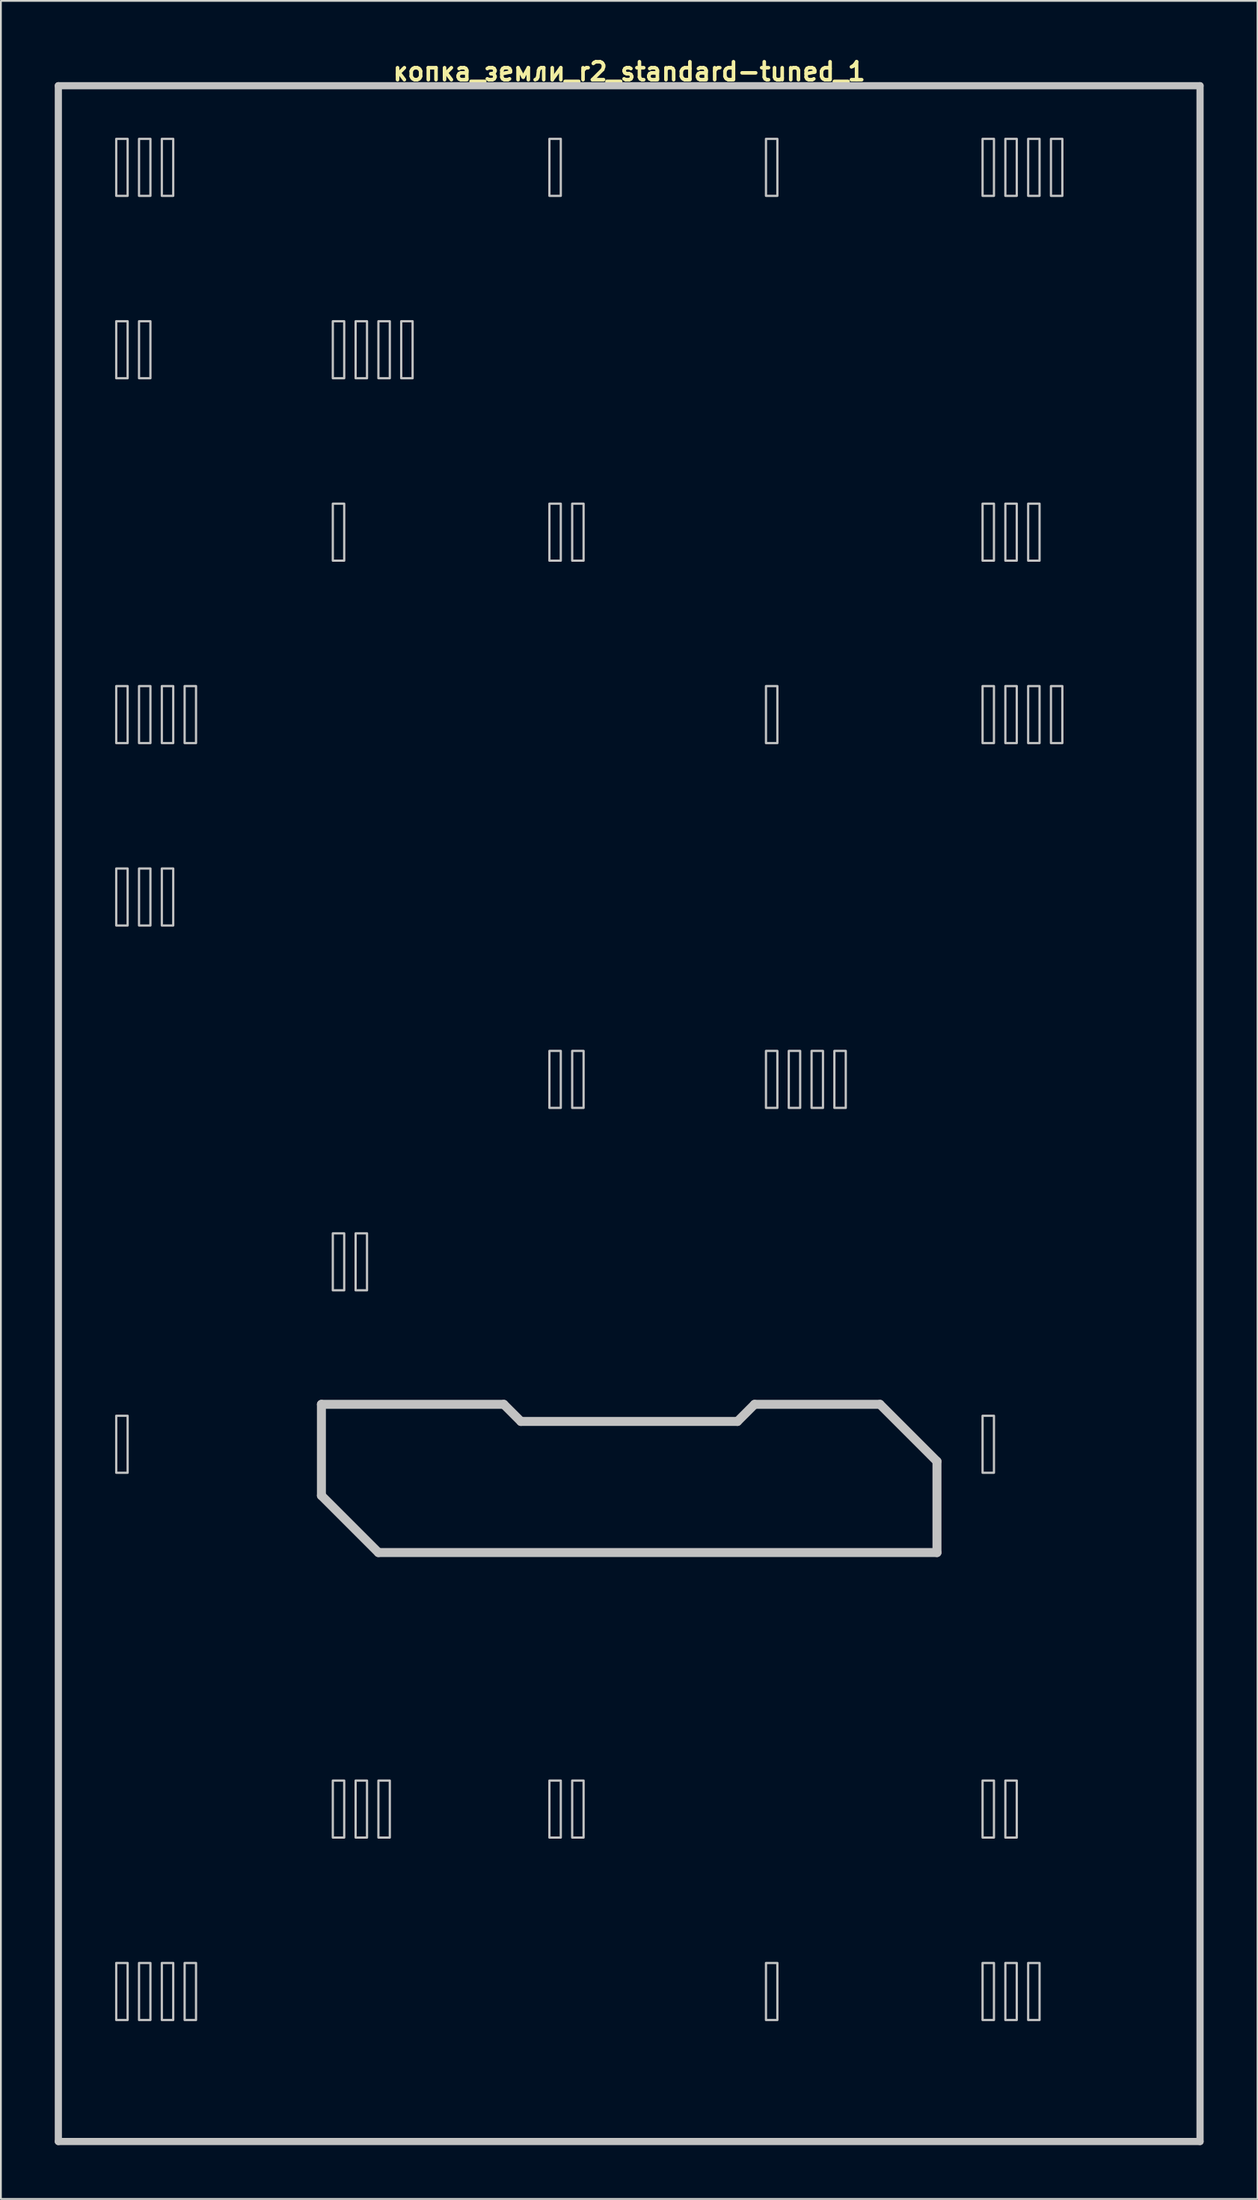
<source format=kicad_pcb>
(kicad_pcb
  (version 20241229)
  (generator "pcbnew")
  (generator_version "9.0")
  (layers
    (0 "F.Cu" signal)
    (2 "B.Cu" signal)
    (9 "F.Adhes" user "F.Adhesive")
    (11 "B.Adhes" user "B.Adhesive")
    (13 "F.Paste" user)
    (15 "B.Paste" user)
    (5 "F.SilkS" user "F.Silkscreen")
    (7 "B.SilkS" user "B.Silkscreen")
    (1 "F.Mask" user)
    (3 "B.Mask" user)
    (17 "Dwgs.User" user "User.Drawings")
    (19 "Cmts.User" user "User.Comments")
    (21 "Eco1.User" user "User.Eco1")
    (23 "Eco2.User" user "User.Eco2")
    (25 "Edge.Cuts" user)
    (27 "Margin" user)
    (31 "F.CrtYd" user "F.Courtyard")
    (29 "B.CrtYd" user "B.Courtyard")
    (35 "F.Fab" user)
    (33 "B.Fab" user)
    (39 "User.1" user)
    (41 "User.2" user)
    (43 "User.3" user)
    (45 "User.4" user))
  (footprint "копка_земли_r2_standard-tuned_1"
    (layer "F.Cu")
    (at 32 58.975)
    (property "Reference" "копка_земли_r2_standard-tuned_1" (at 0 -58.039 0) (layer "F.SilkS") (effects (font (size 1 1) (thickness 0.2))))
    (attr through_hole)
    (fp_line (start -31.8 -57.25) (end -31.8 57.25) (stroke (width 0.4) (type solid)) (layer "Dwgs.User"))
    (fp_line (start -31.8 -57.25) (end 31.8 -57.25) (stroke (width 0.4) (type solid)) (layer "Dwgs.User"))
    (fp_line (start -31.8 57.25) (end 31.8 57.25) (stroke (width 0.4) (type solid)) (layer "Dwgs.User"))
    (fp_line (start -17.145 16.192) (end -17.145 21.273) (stroke (width 0.5) (type solid)) (layer "Dwgs.User"))
    (fp_line (start -17.145 16.192) (end -6.985 16.192) (stroke (width 0.5) (type solid)) (layer "Dwgs.User"))
    (fp_line (start -17.145 21.273) (end -13.97 24.448) (stroke (width 0.5) (type solid)) (layer "Dwgs.User"))
    (fp_line (start -13.97 24.448) (end 17.145 24.448) (stroke (width 0.5) (type solid)) (layer "Dwgs.User"))
    (fp_line (start -6.985 16.192) (end -6.032 17.145) (stroke (width 0.5) (type solid)) (layer "Dwgs.User"))
    (fp_line (start -6.032 17.145) (end 6.032 17.145) (stroke (width 0.5) (type solid)) (layer "Dwgs.User"))
    (fp_line (start 6.032 17.145) (end 6.985 16.192) (stroke (width 0.5) (type solid)) (layer "Dwgs.User"))
    (fp_line (start 6.985 16.192) (end 13.97 16.192) (stroke (width 0.5) (type solid)) (layer "Dwgs.User"))
    (fp_line (start 13.97 16.192) (end 17.145 19.367) (stroke (width 0.5) (type solid)) (layer "Dwgs.User"))
    (fp_line (start 17.145 19.367) (end 17.145 24.448) (stroke (width 0.5) (type solid)) (layer "Dwgs.User"))
    (fp_line (start 31.8 -57.25) (end 31.8 57.25) (stroke (width 0.4) (type solid)) (layer "Dwgs.User"))
    (fp_poly (pts (xy -27.94 -51.117) (xy -28.575 -51.117) (xy -28.575 -54.292) (xy -27.94 -54.292)) (stroke (width 0.125) (type solid)) (fill no) (layer "Dwgs.User"))
    (fp_poly (pts (xy -27.94 -40.958) (xy -28.575 -40.958) (xy -28.575 -44.133) (xy -27.94 -44.133)) (stroke (width 0.125) (type solid)) (fill no) (layer "Dwgs.User"))
    (fp_poly (pts (xy -27.94 -20.637) (xy -28.575 -20.637) (xy -28.575 -23.812) (xy -27.94 -23.812)) (stroke (width 0.125) (type solid)) (fill no) (layer "Dwgs.User"))
    (fp_poly (pts (xy -27.94 -10.477) (xy -28.575 -10.477) (xy -28.575 -13.652) (xy -27.94 -13.652)) (stroke (width 0.125) (type solid)) (fill no) (layer "Dwgs.User"))
    (fp_poly (pts (xy -27.94 20.003) (xy -28.575 20.003) (xy -28.575 16.828) (xy -27.94 16.828)) (stroke (width 0.125) (type solid)) (fill no) (layer "Dwgs.User"))
    (fp_poly (pts (xy -27.94 50.483) (xy -28.575 50.483) (xy -28.575 47.307) (xy -27.94 47.307)) (stroke (width 0.125) (type solid)) (fill no) (layer "Dwgs.User"))
    (fp_poly (pts (xy -26.67 -51.117) (xy -27.305 -51.117) (xy -27.305 -54.292) (xy -26.67 -54.292)) (stroke (width 0.125) (type solid)) (fill no) (layer "Dwgs.User"))
    (fp_poly (pts (xy -26.67 -40.958) (xy -27.305 -40.958) (xy -27.305 -44.133) (xy -26.67 -44.133)) (stroke (width 0.125) (type solid)) (fill no) (layer "Dwgs.User"))
    (fp_poly (pts (xy -26.67 -20.637) (xy -27.305 -20.637) (xy -27.305 -23.812) (xy -26.67 -23.812)) (stroke (width 0.125) (type solid)) (fill no) (layer "Dwgs.User"))
    (fp_poly (pts (xy -26.67 -10.477) (xy -27.305 -10.477) (xy -27.305 -13.652) (xy -26.67 -13.652)) (stroke (width 0.125) (type solid)) (fill no) (layer "Dwgs.User"))
    (fp_poly (pts (xy -26.67 50.483) (xy -27.305 50.483) (xy -27.305 47.307) (xy -26.67 47.307)) (stroke (width 0.125) (type solid)) (fill no) (layer "Dwgs.User"))
    (fp_poly (pts (xy -25.4 -51.117) (xy -26.035 -51.117) (xy -26.035 -54.292) (xy -25.4 -54.292)) (stroke (width 0.125) (type solid)) (fill no) (layer "Dwgs.User"))
    (fp_poly (pts (xy -25.4 -20.637) (xy -26.035 -20.637) (xy -26.035 -23.812) (xy -25.4 -23.812)) (stroke (width 0.125) (type solid)) (fill no) (layer "Dwgs.User"))
    (fp_poly (pts (xy -25.4 -10.477) (xy -26.035 -10.477) (xy -26.035 -13.652) (xy -25.4 -13.652)) (stroke (width 0.125) (type solid)) (fill no) (layer "Dwgs.User"))
    (fp_poly (pts (xy -25.4 50.483) (xy -26.035 50.483) (xy -26.035 47.307) (xy -25.4 47.307)) (stroke (width 0.125) (type solid)) (fill no) (layer "Dwgs.User"))
    (fp_poly (pts (xy -24.13 -20.637) (xy -24.765 -20.637) (xy -24.765 -23.812) (xy -24.13 -23.812)) (stroke (width 0.125) (type solid)) (fill no) (layer "Dwgs.User"))
    (fp_poly (pts (xy -24.13 50.483) (xy -24.765 50.483) (xy -24.765 47.307) (xy -24.13 47.307)) (stroke (width 0.125) (type solid)) (fill no) (layer "Dwgs.User"))
    (fp_poly (pts (xy -15.875 -40.958) (xy -16.51 -40.958) (xy -16.51 -44.133) (xy -15.875 -44.133)) (stroke (width 0.125) (type solid)) (fill no) (layer "Dwgs.User"))
    (fp_poly (pts (xy -15.875 -30.797) (xy -16.51 -30.797) (xy -16.51 -33.972) (xy -15.875 -33.972)) (stroke (width 0.125) (type solid)) (fill no) (layer "Dwgs.User"))
    (fp_poly (pts (xy -15.875 9.842) (xy -16.51 9.842) (xy -16.51 6.668) (xy -15.875 6.668)) (stroke (width 0.125) (type solid)) (fill no) (layer "Dwgs.User"))
    (fp_poly (pts (xy -15.875 40.322) (xy -16.51 40.322) (xy -16.51 37.148) (xy -15.875 37.148)) (stroke (width 0.125) (type solid)) (fill no) (layer "Dwgs.User"))
    (fp_poly (pts (xy -14.605 -40.958) (xy -15.24 -40.958) (xy -15.24 -44.133) (xy -14.605 -44.133)) (stroke (width 0.125) (type solid)) (fill no) (layer "Dwgs.User"))
    (fp_poly (pts (xy -14.605 9.842) (xy -15.24 9.842) (xy -15.24 6.668) (xy -14.605 6.668)) (stroke (width 0.125) (type solid)) (fill no) (layer "Dwgs.User"))
    (fp_poly (pts (xy -14.605 40.322) (xy -15.24 40.322) (xy -15.24 37.148) (xy -14.605 37.148)) (stroke (width 0.125) (type solid)) (fill no) (layer "Dwgs.User"))
    (fp_poly (pts (xy -13.335 -40.958) (xy -13.97 -40.958) (xy -13.97 -44.133) (xy -13.335 -44.133)) (stroke (width 0.125) (type solid)) (fill no) (layer "Dwgs.User"))
    (fp_poly (pts (xy -13.335 40.322) (xy -13.97 40.322) (xy -13.97 37.148) (xy -13.335 37.148)) (stroke (width 0.125) (type solid)) (fill no) (layer "Dwgs.User"))
    (fp_poly (pts (xy -12.065 -40.958) (xy -12.7 -40.958) (xy -12.7 -44.133) (xy -12.065 -44.133)) (stroke (width 0.125) (type solid)) (fill no) (layer "Dwgs.User"))
    (fp_poly (pts (xy -3.81 -51.117) (xy -4.445 -51.117) (xy -4.445 -54.292) (xy -3.81 -54.292)) (stroke (width 0.125) (type solid)) (fill no) (layer "Dwgs.User"))
    (fp_poly (pts (xy -3.81 -30.797) (xy -4.445 -30.797) (xy -4.445 -33.972) (xy -3.81 -33.972)) (stroke (width 0.125) (type solid)) (fill no) (layer "Dwgs.User"))
    (fp_poly (pts (xy -3.81 -0.318) (xy -4.445 -0.318) (xy -4.445 -3.493) (xy -3.81 -3.493)) (stroke (width 0.125) (type solid)) (fill no) (layer "Dwgs.User"))
    (fp_poly (pts (xy -3.81 40.322) (xy -4.445 40.322) (xy -4.445 37.148) (xy -3.81 37.148)) (stroke (width 0.125) (type solid)) (fill no) (layer "Dwgs.User"))
    (fp_poly (pts (xy -2.54 -30.797) (xy -3.175 -30.797) (xy -3.175 -33.972) (xy -2.54 -33.972)) (stroke (width 0.125) (type solid)) (fill no) (layer "Dwgs.User"))
    (fp_poly (pts (xy -2.54 -0.318) (xy -3.175 -0.318) (xy -3.175 -3.493) (xy -2.54 -3.493)) (stroke (width 0.125) (type solid)) (fill no) (layer "Dwgs.User"))
    (fp_poly (pts (xy -2.54 40.322) (xy -3.175 40.322) (xy -3.175 37.148) (xy -2.54 37.148)) (stroke (width 0.125) (type solid)) (fill no) (layer "Dwgs.User"))
    (fp_poly (pts (xy 8.255 -51.117) (xy 7.62 -51.117) (xy 7.62 -54.292) (xy 8.255 -54.292)) (stroke (width 0.125) (type solid)) (fill no) (layer "Dwgs.User"))
    (fp_poly (pts (xy 8.255 -20.637) (xy 7.62 -20.637) (xy 7.62 -23.812) (xy 8.255 -23.812)) (stroke (width 0.125) (type solid)) (fill no) (layer "Dwgs.User"))
    (fp_poly (pts (xy 8.255 -0.318) (xy 7.62 -0.318) (xy 7.62 -3.493) (xy 8.255 -3.493)) (stroke (width 0.125) (type solid)) (fill no) (layer "Dwgs.User"))
    (fp_poly (pts (xy 8.255 50.483) (xy 7.62 50.483) (xy 7.62 47.307) (xy 8.255 47.307)) (stroke (width 0.125) (type solid)) (fill no) (layer "Dwgs.User"))
    (fp_poly (pts (xy 9.525 -0.318) (xy 8.89 -0.318) (xy 8.89 -3.493) (xy 9.525 -3.493)) (stroke (width 0.125) (type solid)) (fill no) (layer "Dwgs.User"))
    (fp_poly (pts (xy 10.795 -0.318) (xy 10.16 -0.318) (xy 10.16 -3.493) (xy 10.795 -3.493)) (stroke (width 0.125) (type solid)) (fill no) (layer "Dwgs.User"))
    (fp_poly (pts (xy 12.065 -0.318) (xy 11.43 -0.318) (xy 11.43 -3.493) (xy 12.065 -3.493)) (stroke (width 0.125) (type solid)) (fill no) (layer "Dwgs.User"))
    (fp_poly (pts (xy 20.32 -51.117) (xy 19.685 -51.117) (xy 19.685 -54.292) (xy 20.32 -54.292)) (stroke (width 0.125) (type solid)) (fill no) (layer "Dwgs.User"))
    (fp_poly (pts (xy 20.32 -30.797) (xy 19.685 -30.797) (xy 19.685 -33.972) (xy 20.32 -33.972)) (stroke (width 0.125) (type solid)) (fill no) (layer "Dwgs.User"))
    (fp_poly (pts (xy 20.32 -20.637) (xy 19.685 -20.637) (xy 19.685 -23.812) (xy 20.32 -23.812)) (stroke (width 0.125) (type solid)) (fill no) (layer "Dwgs.User"))
    (fp_poly (pts (xy 20.32 20.003) (xy 19.685 20.003) (xy 19.685 16.828) (xy 20.32 16.828)) (stroke (width 0.125) (type solid)) (fill no) (layer "Dwgs.User"))
    (fp_poly (pts (xy 20.32 40.322) (xy 19.685 40.322) (xy 19.685 37.148) (xy 20.32 37.148)) (stroke (width 0.125) (type solid)) (fill no) (layer "Dwgs.User"))
    (fp_poly (pts (xy 20.32 50.483) (xy 19.685 50.483) (xy 19.685 47.307) (xy 20.32 47.307)) (stroke (width 0.125) (type solid)) (fill no) (layer "Dwgs.User"))
    (fp_poly (pts (xy 21.59 -51.117) (xy 20.955 -51.117) (xy 20.955 -54.292) (xy 21.59 -54.292)) (stroke (width 0.125) (type solid)) (fill no) (layer "Dwgs.User"))
    (fp_poly (pts (xy 21.59 -30.797) (xy 20.955 -30.797) (xy 20.955 -33.972) (xy 21.59 -33.972)) (stroke (width 0.125) (type solid)) (fill no) (layer "Dwgs.User"))
    (fp_poly (pts (xy 21.59 -20.637) (xy 20.955 -20.637) (xy 20.955 -23.812) (xy 21.59 -23.812)) (stroke (width 0.125) (type solid)) (fill no) (layer "Dwgs.User"))
    (fp_poly (pts (xy 21.59 40.322) (xy 20.955 40.322) (xy 20.955 37.148) (xy 21.59 37.148)) (stroke (width 0.125) (type solid)) (fill no) (layer "Dwgs.User"))
    (fp_poly (pts (xy 21.59 50.483) (xy 20.955 50.483) (xy 20.955 47.307) (xy 21.59 47.307)) (stroke (width 0.125) (type solid)) (fill no) (layer "Dwgs.User"))
    (fp_poly (pts (xy 22.86 -51.117) (xy 22.225 -51.117) (xy 22.225 -54.292) (xy 22.86 -54.292)) (stroke (width 0.125) (type solid)) (fill no) (layer "Dwgs.User"))
    (fp_poly (pts (xy 22.86 -30.797) (xy 22.225 -30.797) (xy 22.225 -33.972) (xy 22.86 -33.972)) (stroke (width 0.125) (type solid)) (fill no) (layer "Dwgs.User"))
    (fp_poly (pts (xy 22.86 -20.637) (xy 22.225 -20.637) (xy 22.225 -23.812) (xy 22.86 -23.812)) (stroke (width 0.125) (type solid)) (fill no) (layer "Dwgs.User"))
    (fp_poly (pts (xy 22.86 50.483) (xy 22.225 50.483) (xy 22.225 47.307) (xy 22.86 47.307)) (stroke (width 0.125) (type solid)) (fill no) (layer "Dwgs.User"))
    (fp_poly (pts (xy 24.13 -51.117) (xy 23.495 -51.117) (xy 23.495 -54.292) (xy 24.13 -54.292)) (stroke (width 0.125) (type solid)) (fill no) (layer "Dwgs.User"))
    (fp_poly (pts (xy 24.13 -20.637) (xy 23.495 -20.637) (xy 23.495 -23.812) (xy 24.13 -23.812)) (stroke (width 0.125) (type solid)) (fill no) (layer "Dwgs.User"))
    (fp_line (start -31.8 -57.25) (end -31.8 57.25) (stroke (width 0.4) (type solid)) (layer "Eco1.User"))
    (fp_line (start -31.8 -57.25) (end 31.8 -57.25) (stroke (width 0.4) (type solid)) (layer "Eco1.User"))
    (fp_line (start -31.8 57.25) (end 31.8 57.25) (stroke (width 0.4) (type solid)) (layer "Eco1.User"))
    (fp_line (start -30.45 -55.75) (end -30.45 55.75) (stroke (width 0.4) (type solid)) (layer "Eco1.User"))
    (fp_line (start -30.45 -55.75) (end 30.45 -55.75) (stroke (width 0.4) (type solid)) (layer "Eco1.User"))
    (fp_line (start -30.45 55.75) (end 30.45 55.75) (stroke (width 0.4) (type solid)) (layer "Eco1.User"))
    (fp_line (start 30.45 -55.75) (end 30.45 55.75) (stroke (width 0.4) (type solid)) (layer "Eco1.User"))
    (fp_line (start 31.8 -57.25) (end 31.8 57.25) (stroke (width 0.4) (type solid)) (layer "Eco1.User"))
    (fp_circle (center -19.05 -40.44) (end -15.35 -40.44) (stroke (width 0.4) (type solid)) (fill no) (layer "Eco1.User"))
    (fp_circle (center -19.05 -40.44) (end -9.55 -40.44) (stroke (width 0.4) (type solid)) (fill no) (layer "Eco1.User"))
    (fp_circle (center -19.05 -12.5) (end -15.35 -12.5) (stroke (width 0.4) (type solid)) (fill no) (layer "Eco1.User"))
    (fp_circle (center -19.05 -12.5) (end -9.55 -12.5) (stroke (width 0.4) (type solid)) (fill no) (layer "Eco1.User"))
    (fp_circle (center -19.05 44.45) (end -16.4 44.45) (stroke (width 0.4) (type solid)) (fill no) (layer "Eco1.User"))
    (fp_circle (center -8.89 -50.8) (end -7.39 -50.8) (stroke (width 0.4) (type solid)) (fill no) (layer "Eco1.User"))
    (fp_circle (center -8.89 -50.8) (end -5.39 -50.8) (stroke (width 0.4) (type solid)) (fill no) (layer "Eco1.User"))
    (fp_circle (center 0 -26.47) (end 3.7 -26.47) (stroke (width 0.4) (type solid)) (fill no) (layer "Eco1.User"))
    (fp_circle (center 0 -26.47) (end 9.5 -26.47) (stroke (width 0.4) (type solid)) (fill no) (layer "Eco1.User"))
    (fp_circle (center 0 1.47) (end 3.7 1.47) (stroke (width 0.4) (type solid)) (fill no) (layer "Eco1.User"))
    (fp_circle (center 0 1.47) (end 9.5 1.47) (stroke (width 0.4) (type solid)) (fill no) (layer "Eco1.User"))
    (fp_circle (center 0 44.45) (end 6.5 44.45) (stroke (width 0.4) (type solid)) (fill no) (layer "Eco1.User"))
    (fp_circle (center 0 44.45) (end 9.75 44.45) (stroke (width 0.4) (type solid)) (fill no) (layer "Eco1.User"))
    (fp_circle (center 8.89 -50.8) (end 10.39 -50.8) (stroke (width 0.4) (type solid)) (fill no) (layer "Eco1.User"))
    (fp_circle (center 8.89 -50.8) (end 12.39 -50.8) (stroke (width 0.4) (type solid)) (fill no) (layer "Eco1.User"))
    (fp_circle (center 19.05 -40.44) (end 22.75 -40.44) (stroke (width 0.4) (type solid)) (fill no) (layer "Eco1.User"))
    (fp_circle (center 19.05 -40.44) (end 28.55 -40.44) (stroke (width 0.4) (type solid)) (fill no) (layer "Eco1.User"))
    (fp_circle (center 19.05 -12.5) (end 22.75 -12.5) (stroke (width 0.4) (type solid)) (fill no) (layer "Eco1.User"))
    (fp_circle (center 19.05 -12.5) (end 28.55 -12.5) (stroke (width 0.4) (type solid)) (fill no) (layer "Eco1.User"))
    (fp_line (start -31.8 -57.25) (end -31.8 57.25) (stroke (width 0.4) (type solid)) (layer "Eco2.User"))
    (fp_line (start -31.8 -57.25) (end 31.8 -57.25) (stroke (width 0.4) (type solid)) (layer "Eco2.User"))
    (fp_line (start -31.8 57.25) (end 31.8 57.25) (stroke (width 0.4) (type solid)) (layer "Eco2.User"))
    (fp_line (start -29.21 -54.928) (end -29.21 -49.847) (stroke (width 0.5) (type solid)) (layer "Eco2.User"))
    (fp_line (start -29.21 -54.928) (end -22.225 -54.928) (stroke (width 0.5) (type solid)) (layer "Eco2.User"))
    (fp_line (start -29.21 -49.847) (end -26.035 -46.672) (stroke (width 0.5) (type solid)) (layer "Eco2.User"))
    (fp_line (start -29.21 -44.767) (end -29.21 -39.688) (stroke (width 0.5) (type solid)) (layer "Eco2.User"))
    (fp_line (start -29.21 -44.767) (end -22.225 -44.767) (stroke (width 0.5) (type solid)) (layer "Eco2.User"))
    (fp_line (start -29.21 -39.688) (end -26.035 -36.513) (stroke (width 0.5) (type solid)) (layer "Eco2.User"))
    (fp_line (start -29.21 -34.608) (end -29.21 -29.527) (stroke (width 0.5) (type solid)) (layer "Eco2.User"))
    (fp_line (start -29.21 -34.608) (end -22.225 -34.608) (stroke (width 0.5) (type solid)) (layer "Eco2.User"))
    (fp_line (start -29.21 -29.527) (end -26.035 -26.352) (stroke (width 0.5) (type solid)) (layer "Eco2.User"))
    (fp_line (start -29.21 -24.448) (end -29.21 -19.367) (stroke (width 0.5) (type solid)) (layer "Eco2.User"))
    (fp_line (start -29.21 -24.448) (end -22.225 -24.448) (stroke (width 0.5) (type solid)) (layer "Eco2.User"))
    (fp_line (start -29.21 -19.367) (end -26.035 -16.192) (stroke (width 0.5) (type solid)) (layer "Eco2.User"))
    (fp_line (start -29.21 -14.287) (end -29.21 -9.207) (stroke (width 0.5) (type solid)) (layer "Eco2.User"))
    (fp_line (start -29.21 -14.287) (end -22.225 -14.287) (stroke (width 0.5) (type solid)) (layer "Eco2.User"))
    (fp_line (start -29.21 -9.207) (end -26.035 -6.032) (stroke (width 0.5) (type solid)) (layer "Eco2.User"))
    (fp_line (start -29.21 -4.128) (end -29.21 0.953) (stroke (width 0.5) (type solid)) (layer "Eco2.User"))
    (fp_line (start -29.21 -4.128) (end -22.225 -4.128) (stroke (width 0.5) (type solid)) (layer "Eco2.User"))
    (fp_line (start -29.21 0.953) (end -26.035 4.128) (stroke (width 0.5) (type solid)) (layer "Eco2.User"))
    (fp_line (start -29.21 6.032) (end -29.21 11.113) (stroke (width 0.5) (type solid)) (layer "Eco2.User"))
    (fp_line (start -29.21 6.032) (end -22.225 6.032) (stroke (width 0.5) (type solid)) (layer "Eco2.User"))
    (fp_line (start -29.21 11.113) (end -26.035 14.287) (stroke (width 0.5) (type solid)) (layer "Eco2.User"))
    (fp_line (start -29.21 16.192) (end -29.21 21.273) (stroke (width 0.5) (type solid)) (layer "Eco2.User"))
    (fp_line (start -29.21 16.192) (end -22.225 16.192) (stroke (width 0.5) (type solid)) (layer "Eco2.User"))
    (fp_line (start -29.21 21.273) (end -26.035 24.448) (stroke (width 0.5) (type solid)) (layer "Eco2.User"))
    (fp_line (start -29.21 26.352) (end -29.21 31.433) (stroke (width 0.5) (type solid)) (layer "Eco2.User"))
    (fp_line (start -29.21 26.352) (end 26.035 26.352) (stroke (width 0.5) (type solid)) (layer "Eco2.User"))
    (fp_line (start -29.21 31.433) (end -26.035 34.608) (stroke (width 0.5) (type solid)) (layer "Eco2.User"))
    (fp_line (start -29.21 36.513) (end -29.21 41.593) (stroke (width 0.5) (type solid)) (layer "Eco2.User"))
    (fp_line (start -29.21 36.513) (end -22.225 36.513) (stroke (width 0.5) (type solid)) (layer "Eco2.User"))
    (fp_line (start -29.21 41.593) (end -26.035 44.767) (stroke (width 0.5) (type solid)) (layer "Eco2.User"))
    (fp_line (start -29.21 46.672) (end -29.21 51.752) (stroke (width 0.5) (type solid)) (layer "Eco2.User"))
    (fp_line (start -29.21 46.672) (end -22.225 46.672) (stroke (width 0.5) (type solid)) (layer "Eco2.User"))
    (fp_line (start -29.21 51.752) (end -26.035 54.928) (stroke (width 0.5) (type solid)) (layer "Eco2.User"))
    (fp_line (start -26.035 -46.672) (end -19.05 -46.672) (stroke (width 0.5) (type solid)) (layer "Eco2.User"))
    (fp_line (start -26.035 -36.513) (end -19.05 -36.513) (stroke (width 0.5) (type solid)) (layer "Eco2.User"))
    (fp_line (start -26.035 -26.352) (end -23.177 -26.352) (stroke (width 0.5) (type solid)) (layer "Eco2.User"))
    (fp_line (start -26.035 -16.192) (end -19.05 -16.192) (stroke (width 0.5) (type solid)) (layer "Eco2.User"))
    (fp_line (start -26.035 -6.032) (end -19.05 -6.032) (stroke (width 0.5) (type solid)) (layer "Eco2.User"))
    (fp_line (start -26.035 4.128) (end -19.05 4.128) (stroke (width 0.5) (type solid)) (layer "Eco2.User"))
    (fp_line (start -26.035 14.287) (end -19.05 14.287) (stroke (width 0.5) (type solid)) (layer "Eco2.User"))
    (fp_line (start -26.035 24.448) (end -19.05 24.448) (stroke (width 0.5) (type solid)) (layer "Eco2.User"))
    (fp_line (start -26.035 34.608) (end -6.985 34.608) (stroke (width 0.5) (type solid)) (layer "Eco2.User"))
    (fp_line (start -26.035 44.767) (end -19.05 44.767) (stroke (width 0.5) (type solid)) (layer "Eco2.User"))
    (fp_line (start -26.035 54.928) (end -19.05 54.928) (stroke (width 0.5) (type solid)) (layer "Eco2.User"))
    (fp_line (start -22.225 -54.928) (end -19.05 -51.752) (stroke (width 0.5) (type solid)) (layer "Eco2.User"))
    (fp_line (start -22.225 -44.767) (end -19.05 -41.593) (stroke (width 0.5) (type solid)) (layer "Eco2.User"))
    (fp_line (start -22.225 -34.608) (end -19.05 -31.433) (stroke (width 0.5) (type solid)) (layer "Eco2.User"))
    (fp_line (start -22.225 -24.448) (end -19.05 -21.273) (stroke (width 0.5) (type solid)) (layer "Eco2.User"))
    (fp_line (start -22.225 -14.287) (end -19.05 -11.113) (stroke (width 0.5) (type solid)) (layer "Eco2.User"))
    (fp_line (start -22.225 -4.128) (end -20.003 -1.905) (stroke (width 0.5) (type solid)) (layer "Eco2.User"))
    (fp_line (start -22.225 6.032) (end -19.05 9.207) (stroke (width 0.5) (type solid)) (layer "Eco2.User"))
    (fp_line (start -22.225 16.192) (end -19.05 19.367) (stroke (width 0.5) (type solid)) (layer "Eco2.User"))
    (fp_line (start -22.225 36.513) (end -19.05 39.688) (stroke (width 0.5) (type solid)) (layer "Eco2.User"))
    (fp_line (start -22.225 46.672) (end -19.05 49.847) (stroke (width 0.5) (type solid)) (layer "Eco2.User"))
    (fp_line (start -19.05 -51.752) (end -19.05 -46.672) (stroke (width 0.5) (type solid)) (layer "Eco2.User"))
    (fp_line (start -19.05 -41.593) (end -19.05 -36.513) (stroke (width 0.5) (type solid)) (layer "Eco2.User"))
    (fp_line (start -19.05 -31.433) (end -19.05 -29.845) (stroke (width 0.5) (type solid)) (layer "Eco2.User"))
    (fp_line (start -19.05 -21.273) (end -19.05 -16.192) (stroke (width 0.5) (type solid)) (layer "Eco2.User"))
    (fp_line (start -19.05 -11.113) (end -19.05 -6.032) (stroke (width 0.5) (type solid)) (layer "Eco2.User"))
    (fp_line (start -19.05 2.857) (end -19.05 4.128) (stroke (width 0.5) (type solid)) (layer "Eco2.User"))
    (fp_line (start -19.05 9.207) (end -19.05 14.287) (stroke (width 0.5) (type solid)) (layer "Eco2.User"))
    (fp_line (start -19.05 19.367) (end -19.05 24.448) (stroke (width 0.5) (type solid)) (layer "Eco2.User"))
    (fp_line (start -19.05 39.688) (end -19.05 44.767) (stroke (width 0.5) (type solid)) (layer "Eco2.User"))
    (fp_line (start -19.05 49.847) (end -19.05 54.928) (stroke (width 0.5) (type solid)) (layer "Eco2.User"))
    (fp_line (start -17.145 -54.928) (end -17.145 -49.847) (stroke (width 0.5) (type solid)) (layer "Eco2.User"))
    (fp_line (start -17.145 -54.928) (end -10.16 -54.928) (stroke (width 0.5) (type solid)) (layer "Eco2.User"))
    (fp_line (start -17.145 -49.847) (end -13.97 -46.672) (stroke (width 0.5) (type solid)) (layer "Eco2.User"))
    (fp_line (start -17.145 -44.767) (end -17.145 -39.688) (stroke (width 0.5) (type solid)) (layer "Eco2.User"))
    (fp_line (start -17.145 -44.767) (end 13.97 -44.767) (stroke (width 0.5) (type solid)) (layer "Eco2.User"))
    (fp_line (start -17.145 -39.688) (end -13.97 -36.513) (stroke (width 0.5) (type solid)) (layer "Eco2.User"))
    (fp_line (start -17.145 -34.608) (end -17.145 -29.845) (stroke (width 0.5) (type solid)) (layer "Eco2.User"))
    (fp_line (start -17.145 -34.608) (end -10.16 -34.608) (stroke (width 0.5) (type solid)) (layer "Eco2.User"))
    (fp_line (start -17.145 -24.448) (end -17.145 -19.367) (stroke (width 0.5) (type solid)) (layer "Eco2.User"))
    (fp_line (start -17.145 -24.448) (end -10.16 -24.448) (stroke (width 0.5) (type solid)) (layer "Eco2.User"))
    (fp_line (start -17.145 -19.367) (end -13.97 -16.192) (stroke (width 0.5) (type solid)) (layer "Eco2.User"))
    (fp_line (start -17.145 -14.287) (end -17.145 -9.207) (stroke (width 0.5) (type solid)) (layer "Eco2.User"))
    (fp_line (start -17.145 -14.287) (end -10.16 -14.287) (stroke (width 0.5) (type solid)) (layer "Eco2.User"))
    (fp_line (start -17.145 -9.207) (end -13.97 -6.032) (stroke (width 0.5) (type solid)) (layer "Eco2.User"))
    (fp_line (start -17.145 -4.128) (end -17.145 -1.905) (stroke (width 0.5) (type solid)) (layer "Eco2.User"))
    (fp_line (start -17.145 -4.128) (end -10.16 -4.128) (stroke (width 0.5) (type solid)) (layer "Eco2.User"))
    (fp_line (start -17.145 6.032) (end -17.145 11.113) (stroke (width 0.5) (type solid)) (layer "Eco2.User"))
    (fp_line (start -17.145 6.032) (end -10.16 6.032) (stroke (width 0.5) (type solid)) (layer "Eco2.User"))
    (fp_line (start -17.145 11.113) (end -13.97 14.287) (stroke (width 0.5) (type solid)) (layer "Eco2.User"))
    (fp_line (start -17.145 36.513) (end -17.145 41.593) (stroke (width 0.5) (type solid)) (layer "Eco2.User"))
    (fp_line (start -17.145 36.513) (end -10.16 36.513) (stroke (width 0.5) (type solid)) (layer "Eco2.User"))
    (fp_line (start -17.145 41.593) (end -13.97 44.767) (stroke (width 0.5) (type solid)) (layer "Eco2.User"))
    (fp_line (start -17.145 46.672) (end -17.145 51.752) (stroke (width 0.5) (type solid)) (layer "Eco2.User"))
    (fp_line (start -17.145 46.672) (end -10.16 46.672) (stroke (width 0.5) (type solid)) (layer "Eco2.User"))
    (fp_line (start -17.145 51.752) (end -13.97 54.928) (stroke (width 0.5) (type solid)) (layer "Eco2.User"))
    (fp_line (start -15.24 2.857) (end -13.97 4.128) (stroke (width 0.5) (type solid)) (layer "Eco2.User"))
    (fp_line (start -14.287 -26.352) (end -6.985 -26.352) (stroke (width 0.5) (type solid)) (layer "Eco2.User"))
    (fp_line (start -13.97 -46.672) (end -6.985 -46.672) (stroke (width 0.5) (type solid)) (layer "Eco2.User"))
    (fp_line (start -13.97 -36.513) (end 17.145 -36.513) (stroke (width 0.5) (type solid)) (layer "Eco2.User"))
    (fp_line (start -13.97 -16.192) (end -6.985 -16.192) (stroke (width 0.5) (type solid)) (layer "Eco2.User"))
    (fp_line (start -13.97 -6.032) (end -6.985 -6.032) (stroke (width 0.5) (type solid)) (layer "Eco2.User"))
    (fp_line (start -13.97 4.128) (end -6.985 4.128) (stroke (width 0.5) (type solid)) (layer "Eco2.User"))
    (fp_line (start -13.97 14.287) (end -6.985 14.287) (stroke (width 0.5) (type solid)) (layer "Eco2.User"))
    (fp_line (start -13.97 44.767) (end -6.985 44.767) (stroke (width 0.5) (type solid)) (layer "Eco2.User"))
    (fp_line (start -13.97 54.928) (end -6.985 54.928) (stroke (width 0.5) (type solid)) (layer "Eco2.User"))
    (fp_line (start -10.16 -54.928) (end -6.985 -51.752) (stroke (width 0.5) (type solid)) (layer "Eco2.User"))
    (fp_line (start -10.16 -34.608) (end -6.985 -31.433) (stroke (width 0.5) (type solid)) (layer "Eco2.User"))
    (fp_line (start -10.16 -24.448) (end -6.985 -21.273) (stroke (width 0.5) (type solid)) (layer "Eco2.User"))
    (fp_line (start -10.16 -14.287) (end -6.985 -11.113) (stroke (width 0.5) (type solid)) (layer "Eco2.User"))
    (fp_line (start -10.16 -4.128) (end -6.985 -0.953) (stroke (width 0.5) (type solid)) (layer "Eco2.User"))
    (fp_line (start -10.16 6.032) (end -6.985 9.207) (stroke (width 0.5) (type solid)) (layer "Eco2.User"))
    (fp_line (start -10.16 36.513) (end -6.985 39.688) (stroke (width 0.5) (type solid)) (layer "Eco2.User"))
    (fp_line (start -10.16 46.672) (end -6.985 49.847) (stroke (width 0.5) (type solid)) (layer "Eco2.User"))
    (fp_line (start -6.985 -51.752) (end -6.985 -46.672) (stroke (width 0.5) (type solid)) (layer "Eco2.User"))
    (fp_line (start -6.985 -31.433) (end -6.985 -26.352) (stroke (width 0.5) (type solid)) (layer "Eco2.User"))
    (fp_line (start -6.985 -21.273) (end -6.985 -16.192) (stroke (width 0.5) (type solid)) (layer "Eco2.User"))
    (fp_line (start -6.985 -11.113) (end -6.985 -6.032) (stroke (width 0.5) (type solid)) (layer "Eco2.User"))
    (fp_line (start -6.985 -0.953) (end -6.985 4.128) (stroke (width 0.5) (type solid)) (layer "Eco2.User"))
    (fp_line (start -6.985 9.207) (end -6.985 14.287) (stroke (width 0.5) (type solid)) (layer "Eco2.User"))
    (fp_line (start -6.985 34.608) (end -6.032 33.655) (stroke (width 0.5) (type solid)) (layer "Eco2.User"))
    (fp_line (start -6.985 39.688) (end -6.985 44.767) (stroke (width 0.5) (type solid)) (layer "Eco2.User"))
    (fp_line (start -6.985 49.847) (end -6.985 54.928) (stroke (width 0.5) (type solid)) (layer "Eco2.User"))
    (fp_line (start -6.032 33.655) (end 6.032 33.655) (stroke (width 0.5) (type solid)) (layer "Eco2.User"))
    (fp_line (start -5.715 -40.64) (end -4.445 -40.64) (stroke (width 0.25) (type solid)) (layer "Eco2.User"))
    (fp_line (start -5.08 -54.928) (end -5.08 -49.847) (stroke (width 0.5) (type solid)) (layer "Eco2.User"))
    (fp_line (start -5.08 -54.928) (end 1.905 -54.928) (stroke (width 0.5) (type solid)) (layer "Eco2.User"))
    (fp_line (start -5.08 -49.847) (end -1.905 -46.672) (stroke (width 0.5) (type solid)) (layer "Eco2.User"))
    (fp_line (start -5.08 -41.275) (end -5.08 -40.005) (stroke (width 0.25) (type solid)) (layer "Eco2.User"))
    (fp_line (start -5.08 -34.608) (end -5.08 -29.527) (stroke (width 0.5) (type solid)) (layer "Eco2.User"))
    (fp_line (start -5.08 -34.608) (end 1.905 -34.608) (stroke (width 0.5) (type solid)) (layer "Eco2.User"))
    (fp_line (start -5.08 -29.527) (end -1.905 -26.352) (stroke (width 0.5) (type solid)) (layer "Eco2.User"))
    (fp_line (start -5.08 -24.448) (end -5.08 -19.367) (stroke (width 0.5) (type solid)) (layer "Eco2.User"))
    (fp_line (start -5.08 -24.448) (end 1.905 -24.448) (stroke (width 0.5) (type solid)) (layer "Eco2.User"))
    (fp_line (start -5.08 -19.367) (end -1.905 -16.192) (stroke (width 0.5) (type solid)) (layer "Eco2.User"))
    (fp_line (start -5.08 -14.287) (end -5.08 -9.207) (stroke (width 0.5) (type solid)) (layer "Eco2.User"))
    (fp_line (start -5.08 -14.287) (end -4.763 -14.287) (stroke (width 0.5) (type solid)) (layer "Eco2.User"))
    (fp_line (start -5.08 -9.207) (end -1.905 -6.032) (stroke (width 0.5) (type solid)) (layer "Eco2.User"))
    (fp_line (start -5.08 -4.128) (end -5.08 0.953) (stroke (width 0.5) (type solid)) (layer "Eco2.User"))
    (fp_line (start -5.08 -4.128) (end 1.905 -4.128) (stroke (width 0.5) (type solid)) (layer "Eco2.User"))
    (fp_line (start -5.08 0.953) (end -1.905 4.128) (stroke (width 0.5) (type solid)) (layer "Eco2.User"))
    (fp_line (start -5.08 6.032) (end -5.08 11.113) (stroke (width 0.5) (type solid)) (layer "Eco2.User"))
    (fp_line (start -5.08 6.032) (end 1.905 6.032) (stroke (width 0.5) (type solid)) (layer "Eco2.User"))
    (fp_line (start -5.08 11.113) (end -3.81 12.383) (stroke (width 0.5) (type solid)) (layer "Eco2.User"))
    (fp_line (start -5.08 36.513) (end -5.08 41.593) (stroke (width 0.5) (type solid)) (layer "Eco2.User"))
    (fp_line (start -5.08 36.513) (end 1.905 36.513) (stroke (width 0.5) (type solid)) (layer "Eco2.User"))
    (fp_line (start -5.08 41.593) (end -1.905 44.767) (stroke (width 0.5) (type solid)) (layer "Eco2.User"))
    (fp_line (start -5.08 46.672) (end -5.08 51.752) (stroke (width 0.5) (type solid)) (layer "Eco2.User"))
    (fp_line (start -5.08 46.672) (end 1.905 46.672) (stroke (width 0.5) (type solid)) (layer "Eco2.User"))
    (fp_line (start -5.08 51.752) (end -1.905 54.928) (stroke (width 0.5) (type solid)) (layer "Eco2.User"))
    (fp_line (start -3.81 -40.64) (end -1.27 -40.64) (stroke (width 0.5) (type solid)) (layer "Eco2.User"))
    (fp_line (start -1.905 -46.672) (end 5.08 -46.672) (stroke (width 0.5) (type solid)) (layer "Eco2.User"))
    (fp_line (start -1.905 -26.352) (end 5.08 -26.352) (stroke (width 0.5) (type solid)) (layer "Eco2.User"))
    (fp_line (start -1.905 -16.192) (end 5.08 -16.192) (stroke (width 0.5) (type solid)) (layer "Eco2.User"))
    (fp_line (start -1.905 -6.032) (end 5.08 -6.032) (stroke (width 0.5) (type solid)) (layer "Eco2.User"))
    (fp_line (start -1.905 4.128) (end 5.08 4.128) (stroke (width 0.5) (type solid)) (layer "Eco2.User"))
    (fp_line (start -1.905 44.767) (end 5.08 44.767) (stroke (width 0.5) (type solid)) (layer "Eco2.User"))
    (fp_line (start -1.905 54.928) (end 5.08 54.928) (stroke (width 0.5) (type solid)) (layer "Eco2.User"))
    (fp_line (start 0 -40.64) (end 3.81 -40.64) (stroke (width 0.5) (type solid)) (layer "Eco2.User"))
    (fp_line (start 1.905 -54.928) (end 5.08 -51.752) (stroke (width 0.5) (type solid)) (layer "Eco2.User"))
    (fp_line (start 1.905 -34.608) (end 5.08 -31.433) (stroke (width 0.5) (type solid)) (layer "Eco2.User"))
    (fp_line (start 1.905 -24.448) (end 5.08 -21.273) (stroke (width 0.5) (type solid)) (layer "Eco2.User"))
    (fp_line (start 1.905 -4.128) (end 5.08 -0.953) (stroke (width 0.5) (type solid)) (layer "Eco2.User"))
    (fp_line (start 1.905 6.032) (end 5.08 9.207) (stroke (width 0.5) (type solid)) (layer "Eco2.User"))
    (fp_line (start 1.905 36.513) (end 5.08 39.688) (stroke (width 0.5) (type solid)) (layer "Eco2.User"))
    (fp_line (start 1.905 46.672) (end 5.08 49.847) (stroke (width 0.5) (type solid)) (layer "Eco2.User"))
    (fp_line (start 4.445 -40.64) (end 5.715 -40.64) (stroke (width 0.25) (type solid)) (layer "Eco2.User"))
    (fp_line (start 4.445 -11.748) (end 5.08 -11.113) (stroke (width 0.5) (type solid)) (layer "Eco2.User"))
    (fp_line (start 4.763 14.287) (end 5.08 14.287) (stroke (width 0.5) (type solid)) (layer "Eco2.User"))
    (fp_line (start 5.08 -51.752) (end 5.08 -46.672) (stroke (width 0.5) (type solid)) (layer "Eco2.User"))
    (fp_line (start 5.08 -31.433) (end 5.08 -26.352) (stroke (width 0.5) (type solid)) (layer "Eco2.User"))
    (fp_line (start 5.08 -21.273) (end 5.08 -16.192) (stroke (width 0.5) (type solid)) (layer "Eco2.User"))
    (fp_line (start 5.08 -11.113) (end 5.08 -6.032) (stroke (width 0.5) (type solid)) (layer "Eco2.User"))
    (fp_line (start 5.08 -0.953) (end 5.08 4.128) (stroke (width 0.5) (type solid)) (layer "Eco2.User"))
    (fp_line (start 5.08 9.207) (end 5.08 14.287) (stroke (width 0.5) (type solid)) (layer "Eco2.User"))
    (fp_line (start 5.08 39.688) (end 5.08 44.767) (stroke (width 0.5) (type solid)) (layer "Eco2.User"))
    (fp_line (start 5.08 49.847) (end 5.08 54.928) (stroke (width 0.5) (type solid)) (layer "Eco2.User"))
    (fp_line (start 6.032 33.655) (end 6.985 34.608) (stroke (width 0.5) (type solid)) (layer "Eco2.User"))
    (fp_line (start 6.985 -54.928) (end 6.985 -49.847) (stroke (width 0.5) (type solid)) (layer "Eco2.User"))
    (fp_line (start 6.985 -54.928) (end 13.97 -54.928) (stroke (width 0.5) (type solid)) (layer "Eco2.User"))
    (fp_line (start 6.985 -49.847) (end 10.16 -46.672) (stroke (width 0.5) (type solid)) (layer "Eco2.User"))
    (fp_line (start 6.985 -34.608) (end 6.985 -29.527) (stroke (width 0.5) (type solid)) (layer "Eco2.User"))
    (fp_line (start 6.985 -34.608) (end 13.97 -34.608) (stroke (width 0.5) (type solid)) (layer "Eco2.User"))
    (fp_line (start 6.985 -29.527) (end 10.16 -26.352) (stroke (width 0.5) (type solid)) (layer "Eco2.User"))
    (fp_line (start 6.985 -24.448) (end 6.985 -19.367) (stroke (width 0.5) (type solid)) (layer "Eco2.User"))
    (fp_line (start 6.985 -24.448) (end 13.97 -24.448) (stroke (width 0.5) (type solid)) (layer "Eco2.User"))
    (fp_line (start 6.985 -19.367) (end 10.16 -16.192) (stroke (width 0.5) (type solid)) (layer "Eco2.User"))
    (fp_line (start 6.985 -14.287) (end 6.985 -9.207) (stroke (width 0.5) (type solid)) (layer "Eco2.User"))
    (fp_line (start 6.985 -14.287) (end 13.97 -14.287) (stroke (width 0.5) (type solid)) (layer "Eco2.User"))
    (fp_line (start 6.985 -9.207) (end 10.16 -6.032) (stroke (width 0.5) (type solid)) (layer "Eco2.User"))
    (fp_line (start 6.985 -4.128) (end 6.985 0.953) (stroke (width 0.5) (type solid)) (layer "Eco2.User"))
    (fp_line (start 6.985 -4.128) (end 13.97 -4.128) (stroke (width 0.5) (type solid)) (layer "Eco2.User"))
    (fp_line (start 6.985 0.953) (end 10.16 4.128) (stroke (width 0.5) (type solid)) (layer "Eco2.User"))
    (fp_line (start 6.985 6.032) (end 6.985 11.113) (stroke (width 0.5) (type solid)) (layer "Eco2.User"))
    (fp_line (start 6.985 6.032) (end 13.97 6.032) (stroke (width 0.5) (type solid)) (layer "Eco2.User"))
    (fp_line (start 6.985 11.113) (end 10.16 14.287) (stroke (width 0.5) (type solid)) (layer "Eco2.User"))
    (fp_line (start 6.985 34.608) (end 29.21 34.608) (stroke (width 0.5) (type solid)) (layer "Eco2.User"))
    (fp_line (start 6.985 36.513) (end 6.985 41.593) (stroke (width 0.5) (type solid)) (layer "Eco2.User"))
    (fp_line (start 6.985 36.513) (end 13.97 36.513) (stroke (width 0.5) (type solid)) (layer "Eco2.User"))
    (fp_line (start 6.985 41.593) (end 10.16 44.767) (stroke (width 0.5) (type solid)) (layer "Eco2.User"))
    (fp_line (start 6.985 46.672) (end 6.985 51.752) (stroke (width 0.5) (type solid)) (layer "Eco2.User"))
    (fp_line (start 6.985 46.672) (end 13.97 46.672) (stroke (width 0.5) (type solid)) (layer "Eco2.User"))
    (fp_line (start 6.985 51.752) (end 10.16 54.928) (stroke (width 0.5) (type solid)) (layer "Eco2.User"))
    (fp_line (start 10.16 -46.672) (end 17.145 -46.672) (stroke (width 0.5) (type solid)) (layer "Eco2.User"))
    (fp_line (start 10.16 -26.352) (end 14.287 -26.352) (stroke (width 0.5) (type solid)) (layer "Eco2.User"))
    (fp_line (start 10.16 -16.192) (end 17.145 -16.192) (stroke (width 0.5) (type solid)) (layer "Eco2.User"))
    (fp_line (start 10.16 -6.032) (end 17.145 -6.032) (stroke (width 0.5) (type solid)) (layer "Eco2.User"))
    (fp_line (start 10.16 4.128) (end 17.145 4.128) (stroke (width 0.5) (type solid)) (layer "Eco2.User"))
    (fp_line (start 10.16 14.287) (end 17.145 14.287) (stroke (width 0.5) (type solid)) (layer "Eco2.User"))
    (fp_line (start 10.16 44.767) (end 17.145 44.767) (stroke (width 0.5) (type solid)) (layer "Eco2.User"))
    (fp_line (start 10.16 54.928) (end 17.145 54.928) (stroke (width 0.5) (type solid)) (layer "Eco2.User"))
    (fp_line (start 13.97 -54.928) (end 17.145 -51.752) (stroke (width 0.5) (type solid)) (layer "Eco2.User"))
    (fp_line (start 13.97 -44.767) (end 17.145 -41.593) (stroke (width 0.5) (type solid)) (layer "Eco2.User"))
    (fp_line (start 13.97 -34.608) (end 17.145 -31.433) (stroke (width 0.5) (type solid)) (layer "Eco2.User"))
    (fp_line (start 13.97 -24.448) (end 17.145 -21.273) (stroke (width 0.5) (type solid)) (layer "Eco2.User"))
    (fp_line (start 13.97 -14.287) (end 17.145 -11.113) (stroke (width 0.5) (type solid)) (layer "Eco2.User"))
    (fp_line (start 13.97 -4.128) (end 16.192 -1.905) (stroke (width 0.5) (type solid)) (layer "Eco2.User"))
    (fp_line (start 13.97 6.032) (end 17.145 9.207) (stroke (width 0.5) (type solid)) (layer "Eco2.User"))
    (fp_line (start 13.97 36.513) (end 17.145 39.688) (stroke (width 0.5) (type solid)) (layer "Eco2.User"))
    (fp_line (start 13.97 46.672) (end 17.145 49.847) (stroke (width 0.5) (type solid)) (layer "Eco2.User"))
    (fp_line (start 17.145 -51.752) (end 17.145 -46.672) (stroke (width 0.5) (type solid)) (layer "Eco2.User"))
    (fp_line (start 17.145 -41.593) (end 17.145 -36.513) (stroke (width 0.5) (type solid)) (layer "Eco2.User"))
    (fp_line (start 17.145 -31.433) (end 17.145 -29.845) (stroke (width 0.5) (type solid)) (layer "Eco2.User"))
    (fp_line (start 17.145 -21.273) (end 17.145 -16.192) (stroke (width 0.5) (type solid)) (layer "Eco2.User"))
    (fp_line (start 17.145 -11.113) (end 17.145 -6.032) (stroke (width 0.5) (type solid)) (layer "Eco2.User"))
    (fp_line (start 17.145 2.857) (end 17.145 4.128) (stroke (width 0.5) (type solid)) (layer "Eco2.User"))
    (fp_line (start 17.145 9.207) (end 17.145 14.287) (stroke (width 0.5) (type solid)) (layer "Eco2.User"))
    (fp_line (start 17.145 39.688) (end 17.145 44.767) (stroke (width 0.5) (type solid)) (layer "Eco2.User"))
    (fp_line (start 17.145 49.847) (end 17.145 54.928) (stroke (width 0.5) (type solid)) (layer "Eco2.User"))
    (fp_line (start 19.05 -54.928) (end 19.05 -49.847) (stroke (width 0.5) (type solid)) (layer "Eco2.User"))
    (fp_line (start 19.05 -54.928) (end 26.035 -54.928) (stroke (width 0.5) (type solid)) (layer "Eco2.User"))
    (fp_line (start 19.05 -49.847) (end 22.225 -46.672) (stroke (width 0.5) (type solid)) (layer "Eco2.User"))
    (fp_line (start 19.05 -44.767) (end 19.05 -39.688) (stroke (width 0.5) (type solid)) (layer "Eco2.User"))
    (fp_line (start 19.05 -44.767) (end 26.035 -44.767) (stroke (width 0.5) (type solid)) (layer "Eco2.User"))
    (fp_line (start 19.05 -39.688) (end 22.225 -36.513) (stroke (width 0.5) (type solid)) (layer "Eco2.User"))
    (fp_line (start 19.05 -34.608) (end 19.05 -29.845) (stroke (width 0.5) (type solid)) (layer "Eco2.User"))
    (fp_line (start 19.05 -34.608) (end 26.035 -34.608) (stroke (width 0.5) (type solid)) (layer "Eco2.User"))
    (fp_line (start 19.05 -24.448) (end 19.05 -19.367) (stroke (width 0.5) (type solid)) (layer "Eco2.User"))
    (fp_line (start 19.05 -24.448) (end 26.035 -24.448) (stroke (width 0.5) (type solid)) (layer "Eco2.User"))
    (fp_line (start 19.05 -19.367) (end 22.225 -16.192) (stroke (width 0.5) (type solid)) (layer "Eco2.User"))
    (fp_line (start 19.05 -14.287) (end 19.05 -9.207) (stroke (width 0.5) (type solid)) (layer "Eco2.User"))
    (fp_line (start 19.05 -14.287) (end 26.035 -14.287) (stroke (width 0.5) (type solid)) (layer "Eco2.User"))
    (fp_line (start 19.05 -9.207) (end 22.225 -6.032) (stroke (width 0.5) (type solid)) (layer "Eco2.User"))
    (fp_line (start 19.05 -4.128) (end 19.05 -1.905) (stroke (width 0.5) (type solid)) (layer "Eco2.User"))
    (fp_line (start 19.05 -4.128) (end 26.035 -4.128) (stroke (width 0.5) (type solid)) (layer "Eco2.User"))
    (fp_line (start 19.05 6.032) (end 19.05 11.113) (stroke (width 0.5) (type solid)) (layer "Eco2.User"))
    (fp_line (start 19.05 6.032) (end 26.035 6.032) (stroke (width 0.5) (type solid)) (layer "Eco2.User"))
    (fp_line (start 19.05 11.113) (end 22.225 14.287) (stroke (width 0.5) (type solid)) (layer "Eco2.User"))
    (fp_line (start 19.05 16.192) (end 19.05 21.273) (stroke (width 0.5) (type solid)) (layer "Eco2.User"))
    (fp_line (start 19.05 16.192) (end 26.035 16.192) (stroke (width 0.5) (type solid)) (layer "Eco2.User"))
    (fp_line (start 19.05 21.273) (end 22.225 24.448) (stroke (width 0.5) (type solid)) (layer "Eco2.User"))
    (fp_line (start 19.05 36.513) (end 19.05 41.593) (stroke (width 0.5) (type solid)) (layer "Eco2.User"))
    (fp_line (start 19.05 36.513) (end 26.035 36.513) (stroke (width 0.5) (type solid)) (layer "Eco2.User"))
    (fp_line (start 19.05 41.593) (end 22.225 44.767) (stroke (width 0.5) (type solid)) (layer "Eco2.User"))
    (fp_line (start 19.05 46.672) (end 19.05 51.752) (stroke (width 0.5) (type solid)) (layer "Eco2.User"))
    (fp_line (start 19.05 46.672) (end 26.035 46.672) (stroke (width 0.5) (type solid)) (layer "Eco2.User"))
    (fp_line (start 19.05 51.752) (end 22.225 54.928) (stroke (width 0.5) (type solid)) (layer "Eco2.User"))
    (fp_line (start 20.955 2.857) (end 22.225 4.128) (stroke (width 0.5) (type solid)) (layer "Eco2.User"))
    (fp_line (start 22.225 -46.672) (end 29.21 -46.672) (stroke (width 0.5) (type solid)) (layer "Eco2.User"))
    (fp_line (start 22.225 -36.513) (end 29.21 -36.513) (stroke (width 0.5) (type solid)) (layer "Eco2.User"))
    (fp_line (start 22.225 -16.192) (end 29.21 -16.192) (stroke (width 0.5) (type solid)) (layer "Eco2.User"))
    (fp_line (start 22.225 -6.032) (end 29.21 -6.032) (stroke (width 0.5) (type solid)) (layer "Eco2.User"))
    (fp_line (start 22.225 4.128) (end 29.21 4.128) (stroke (width 0.5) (type solid)) (layer "Eco2.User"))
    (fp_line (start 22.225 14.287) (end 29.21 14.287) (stroke (width 0.5) (type solid)) (layer "Eco2.User"))
    (fp_line (start 22.225 24.448) (end 29.21 24.448) (stroke (width 0.5) (type solid)) (layer "Eco2.User"))
    (fp_line (start 22.225 44.767) (end 29.21 44.767) (stroke (width 0.5) (type solid)) (layer "Eco2.User"))
    (fp_line (start 22.225 54.928) (end 29.21 54.928) (stroke (width 0.5) (type solid)) (layer "Eco2.User"))
    (fp_line (start 23.812 -26.352) (end 29.21 -26.352) (stroke (width 0.5) (type solid)) (layer "Eco2.User"))
    (fp_line (start 26.035 -54.928) (end 29.21 -51.752) (stroke (width 0.5) (type solid)) (layer "Eco2.User"))
    (fp_line (start 26.035 -44.767) (end 29.21 -41.593) (stroke (width 0.5) (type solid)) (layer "Eco2.User"))
    (fp_line (start 26.035 -34.608) (end 29.21 -31.433) (stroke (width 0.5) (type solid)) (layer "Eco2.User"))
    (fp_line (start 26.035 -24.448) (end 29.21 -21.273) (stroke (width 0.5) (type solid)) (layer "Eco2.User"))
    (fp_line (start 26.035 -14.287) (end 29.21 -11.113) (stroke (width 0.5) (type solid)) (layer "Eco2.User"))
    (fp_line (start 26.035 -4.128) (end 29.21 -0.953) (stroke (width 0.5) (type solid)) (layer "Eco2.User"))
    (fp_line (start 26.035 6.032) (end 29.21 9.207) (stroke (width 0.5) (type solid)) (layer "Eco2.User"))
    (fp_line (start 26.035 16.192) (end 29.21 19.367) (stroke (width 0.5) (type solid)) (layer "Eco2.User"))
    (fp_line (start 26.035 26.352) (end 29.21 29.527) (stroke (width 0.5) (type solid)) (layer "Eco2.User"))
    (fp_line (start 26.035 36.513) (end 29.21 39.688) (stroke (width 0.5) (type solid)) (layer "Eco2.User"))
    (fp_line (start 26.035 46.672) (end 29.21 49.847) (stroke (width 0.5) (type solid)) (layer "Eco2.User"))
    (fp_line (start 29.21 -51.752) (end 29.21 -46.672) (stroke (width 0.5) (type solid)) (layer "Eco2.User"))
    (fp_line (start 29.21 -41.593) (end 29.21 -36.513) (stroke (width 0.5) (type solid)) (layer "Eco2.User"))
    (fp_line (start 29.21 -31.433) (end 29.21 -26.352) (stroke (width 0.5) (type solid)) (layer "Eco2.User"))
    (fp_line (start 29.21 -21.273) (end 29.21 -16.192) (stroke (width 0.5) (type solid)) (layer "Eco2.User"))
    (fp_line (start 29.21 -11.113) (end 29.21 -6.032) (stroke (width 0.5) (type solid)) (layer "Eco2.User"))
    (fp_line (start 29.21 -0.953) (end 29.21 4.128) (stroke (width 0.5) (type solid)) (layer "Eco2.User"))
    (fp_line (start 29.21 9.207) (end 29.21 14.287) (stroke (width 0.5) (type solid)) (layer "Eco2.User"))
    (fp_line (start 29.21 19.367) (end 29.21 24.448) (stroke (width 0.5) (type solid)) (layer "Eco2.User"))
    (fp_line (start 29.21 29.527) (end 29.21 34.608) (stroke (width 0.5) (type solid)) (layer "Eco2.User"))
    (fp_line (start 29.21 39.688) (end 29.21 44.767) (stroke (width 0.5) (type solid)) (layer "Eco2.User"))
    (fp_line (start 29.21 49.847) (end 29.21 54.928) (stroke (width 0.5) (type solid)) (layer "Eco2.User"))
    (fp_line (start 31.8 -57.25) (end 31.8 57.25) (stroke (width 0.4) (type solid)) (layer "Eco2.User"))
    (fp_arc (start 0 -39.37) (mid -1.27 -40.64) (end 0 -41.91) (stroke (width 0.5) (type solid)) (layer "Eco2.User"))
    (fp_circle (center -5.08 -40.64) (end -3.81 -40.64) (stroke (width 0.5) (type solid)) (fill no) (layer "Eco2.User"))
    (fp_circle (center 0 -40.64) (end 0.25 -40.64) (stroke (width 0.5) (type solid)) (fill no) (layer "Eco2.User"))
    (fp_circle (center 5.08 -40.64) (end 6.35 -40.64) (stroke (width 0.5) (type solid)) (fill no) (layer "Eco2.User"))
    (fp_poly (pts (xy -25.4 30.48) (xy -22.86 29.21) (xy -22.86 31.75)) (stroke (width 0.5) (type solid)) (fill no) (layer "Eco2.User"))
    (fp_poly (pts (xy 22.86 30.48) (xy 25.4 29.21) (xy 25.4 31.75)) (stroke (width 0.5) (type solid)) (fill no) (layer "Eco2.User"))
    (fp_poly (pts (xy -27.94 -30.797) (xy -28.575 -30.797) (xy -28.575 -33.972) (xy -27.94 -33.972)) (stroke (width 0.125) (type solid)) (fill no) (layer "Eco2.User"))
    (fp_poly (pts (xy -27.94 -0.318) (xy -28.575 -0.318) (xy -28.575 -3.493) (xy -27.94 -3.493)) (stroke (width 0.125) (type solid)) (fill no) (layer "Eco2.User"))
    (fp_poly (pts (xy -27.94 9.842) (xy -28.575 9.842) (xy -28.575 6.668) (xy -27.94 6.668)) (stroke (width 0.125) (type solid)) (fill no) (layer "Eco2.User"))
    (fp_poly (pts (xy -27.94 40.322) (xy -28.575 40.322) (xy -28.575 37.148) (xy -27.94 37.148)) (stroke (width 0.125) (type solid)) (fill no) (layer "Eco2.User"))
    (fp_poly (pts (xy -26.67 -30.797) (xy -27.305 -30.797) (xy -27.305 -33.972) (xy -26.67 -33.972)) (stroke (width 0.125) (type solid)) (fill no) (layer "Eco2.User"))
    (fp_poly (pts (xy -26.67 -0.318) (xy -27.305 -0.318) (xy -27.305 -3.493) (xy -26.67 -3.493)) (stroke (width 0.125) (type solid)) (fill no) (layer "Eco2.User"))
    (fp_poly (pts (xy -26.67 40.322) (xy -27.305 40.322) (xy -27.305 37.148) (xy -26.67 37.148)) (stroke (width 0.125) (type solid)) (fill no) (layer "Eco2.User"))
    (fp_poly (pts (xy -25.4 -30.797) (xy -26.035 -30.797) (xy -26.035 -33.972) (xy -25.4 -33.972)) (stroke (width 0.125) (type solid)) (fill no) (layer "Eco2.User"))
    (fp_poly (pts (xy -24.13 -30.797) (xy -24.765 -30.797) (xy -24.765 -33.972) (xy -24.13 -33.972)) (stroke (width 0.125) (type solid)) (fill no) (layer "Eco2.User"))
    (fp_poly (pts (xy -15.875 -51.117) (xy -16.51 -51.117) (xy -16.51 -54.292) (xy -15.875 -54.292)) (stroke (width 0.125) (type solid)) (fill no) (layer "Eco2.User"))
    (fp_poly (pts (xy -15.875 -20.637) (xy -16.51 -20.637) (xy -16.51 -23.812) (xy -15.875 -23.812)) (stroke (width 0.125) (type solid)) (fill no) (layer "Eco2.User"))
    (fp_poly (pts (xy -15.875 50.483) (xy -16.51 50.483) (xy -16.51 47.307) (xy -15.875 47.307)) (stroke (width 0.125) (type solid)) (fill no) (layer "Eco2.User"))
    (fp_poly (pts (xy -14.605 -51.117) (xy -15.24 -51.117) (xy -15.24 -54.292) (xy -14.605 -54.292)) (stroke (width 0.125) (type solid)) (fill no) (layer "Eco2.User"))
    (fp_poly (pts (xy -14.605 -20.637) (xy -15.24 -20.637) (xy -15.24 -23.812) (xy -14.605 -23.812)) (stroke (width 0.125) (type solid)) (fill no) (layer "Eco2.User"))
    (fp_poly (pts (xy -14.605 50.483) (xy -15.24 50.483) (xy -15.24 47.307) (xy -14.605 47.307)) (stroke (width 0.125) (type solid)) (fill no) (layer "Eco2.User"))
    (fp_poly (pts (xy -13.335 -51.117) (xy -13.97 -51.117) (xy -13.97 -54.292) (xy -13.335 -54.292)) (stroke (width 0.125) (type solid)) (fill no) (layer "Eco2.User"))
    (fp_poly (pts (xy -13.335 -20.637) (xy -13.97 -20.637) (xy -13.97 -23.812) (xy -13.335 -23.812)) (stroke (width 0.125) (type solid)) (fill no) (layer "Eco2.User"))
    (fp_poly (pts (xy -12.065 -51.117) (xy -12.7 -51.117) (xy -12.7 -54.292) (xy -12.065 -54.292)) (stroke (width 0.125) (type solid)) (fill no) (layer "Eco2.User"))
    (fp_poly (pts (xy -12.065 -20.637) (xy -12.7 -20.637) (xy -12.7 -23.812) (xy -12.065 -23.812)) (stroke (width 0.125) (type solid)) (fill no) (layer "Eco2.User"))
    (fp_poly (pts (xy -3.81 -20.637) (xy -4.445 -20.637) (xy -4.445 -23.812) (xy -3.81 -23.812)) (stroke (width 0.125) (type solid)) (fill no) (layer "Eco2.User"))
    (fp_poly (pts (xy -3.81 9.842) (xy -4.445 9.842) (xy -4.445 6.668) (xy -3.81 6.668)) (stroke (width 0.125) (type solid)) (fill no) (layer "Eco2.User"))
    (fp_poly (pts (xy -3.81 50.483) (xy -4.445 50.483) (xy -4.445 47.307) (xy -3.81 47.307)) (stroke (width 0.125) (type solid)) (fill no) (layer "Eco2.User"))
    (fp_poly (pts (xy -2.54 -20.637) (xy -3.175 -20.637) (xy -3.175 -23.812) (xy -2.54 -23.812)) (stroke (width 0.125) (type solid)) (fill no) (layer "Eco2.User"))
    (fp_poly (pts (xy -2.54 9.842) (xy -3.175 9.842) (xy -3.175 6.668) (xy -2.54 6.668)) (stroke (width 0.125) (type solid)) (fill no) (layer "Eco2.User"))
    (fp_poly (pts (xy -2.54 50.483) (xy -3.175 50.483) (xy -3.175 47.307) (xy -2.54 47.307)) (stroke (width 0.125) (type solid)) (fill no) (layer "Eco2.User"))
    (fp_poly (pts (xy -1.27 -20.637) (xy -1.905 -20.637) (xy -1.905 -23.812) (xy -1.27 -23.812)) (stroke (width 0.125) (type solid)) (fill no) (layer "Eco2.User"))
    (fp_poly (pts (xy -1.27 50.483) (xy -1.905 50.483) (xy -1.905 47.307) (xy -1.27 47.307)) (stroke (width 0.125) (type solid)) (fill no) (layer "Eco2.User"))
    (fp_poly (pts (xy 8.255 -30.797) (xy 7.62 -30.797) (xy 7.62 -33.972) (xy 8.255 -33.972)) (stroke (width 0.125) (type solid)) (fill no) (layer "Eco2.User"))
    (fp_poly (pts (xy 8.255 -10.477) (xy 7.62 -10.477) (xy 7.62 -13.652) (xy 8.255 -13.652)) (stroke (width 0.125) (type solid)) (fill no) (layer "Eco2.User"))
    (fp_poly (pts (xy 8.255 9.842) (xy 7.62 9.842) (xy 7.62 6.668) (xy 8.255 6.668)) (stroke (width 0.125) (type solid)) (fill no) (layer "Eco2.User"))
    (fp_poly (pts (xy 8.255 40.322) (xy 7.62 40.322) (xy 7.62 37.148) (xy 8.255 37.148)) (stroke (width 0.125) (type solid)) (fill no) (layer "Eco2.User"))
    (fp_poly (pts (xy 9.525 -30.797) (xy 8.89 -30.797) (xy 8.89 -33.972) (xy 9.525 -33.972)) (stroke (width 0.125) (type solid)) (fill no) (layer "Eco2.User"))
    (fp_poly (pts (xy 9.525 -10.477) (xy 8.89 -10.477) (xy 8.89 -13.652) (xy 9.525 -13.652)) (stroke (width 0.125) (type solid)) (fill no) (layer "Eco2.User"))
    (fp_poly (pts (xy 9.525 9.842) (xy 8.89 9.842) (xy 8.89 6.668) (xy 9.525 6.668)) (stroke (width 0.125) (type solid)) (fill no) (layer "Eco2.User"))
    (fp_poly (pts (xy 9.525 40.322) (xy 8.89 40.322) (xy 8.89 37.148) (xy 9.525 37.148)) (stroke (width 0.125) (type solid)) (fill no) (layer "Eco2.User"))
    (fp_poly (pts (xy 10.795 -10.477) (xy 10.16 -10.477) (xy 10.16 -13.652) (xy 10.795 -13.652)) (stroke (width 0.125) (type solid)) (fill no) (layer "Eco2.User"))
    (fp_poly (pts (xy 10.795 40.322) (xy 10.16 40.322) (xy 10.16 37.148) (xy 10.795 37.148)) (stroke (width 0.125) (type solid)) (fill no) (layer "Eco2.User"))
    (fp_poly (pts (xy 12.065 -10.477) (xy 11.43 -10.477) (xy 11.43 -13.652) (xy 12.065 -13.652)) (stroke (width 0.125) (type solid)) (fill no) (layer "Eco2.User"))
    (fp_poly (pts (xy 20.32 -40.958) (xy 19.685 -40.958) (xy 19.685 -44.133) (xy 20.32 -44.133)) (stroke (width 0.125) (type solid)) (fill no) (layer "Eco2.User"))
    (fp_poly (pts (xy 20.32 9.842) (xy 19.685 9.842) (xy 19.685 6.668) (xy 20.32 6.668)) (stroke (width 0.125) (type solid)) (fill no) (layer "Eco2.User"))
    (fp_poly (pts (xy 21.59 -40.958) (xy 20.955 -40.958) (xy 20.955 -44.133) (xy 21.59 -44.133)) (stroke (width 0.125) (type solid)) (fill no) (layer "Eco2.User"))
    (fp_poly (pts (xy 21.59 9.842) (xy 20.955 9.842) (xy 20.955 6.668) (xy 21.59 6.668)) (stroke (width 0.125) (type solid)) (fill no) (layer "Eco2.User"))
    (fp_poly (pts (xy 22.86 -40.958) (xy 22.225 -40.958) (xy 22.225 -44.133) (xy 22.86 -44.133)) (stroke (width 0.125) (type solid)) (fill no) (layer "Eco2.User"))
    (fp_poly (pts (xy 22.86 9.842) (xy 22.225 9.842) (xy 22.225 6.668) (xy 22.86 6.668)) (stroke (width 0.125) (type solid)) (fill no) (layer "Eco2.User"))
    (fp_poly (pts (xy 24.13 -40.958) (xy 23.495 -40.958) (xy 23.495 -44.133) (xy 24.13 -44.133)) (stroke (width 0.125) (type solid)) (fill no) (layer "Eco2.User"))
    (fp_poly (pts (xy 24.13 9.842) (xy 23.495 9.842) (xy 23.495 6.668) (xy 24.13 6.668)) (stroke (width 0.125) (type solid)) (fill no) (layer "Eco2.User"))
    (fp_text user "250" (at 19.05 -27.305 0) (unlocked yes) (layer "Eco2.User") (effects (font (size 3 3) (thickness 0.5))))
    (fp_text user "100" (at 0 -13.335 0) (unlocked yes) (layer "Eco2.User") (effects (font (size 3 3) (thickness 0.5))))
    (fp_text user "VOL" (at -19.05 -27.305 0) (unlocked yes) (layer "Eco2.User") (effects (font (size 3 3) (thickness 0.5))))
    (fp_text user "630" (at -19.05 0.635 0) (unlocked yes) (layer "Eco2.User") (effects (font (size 3 3) (thickness 0.5))))
    (fp_text user "1K6" (at 0 14.605 0) (unlocked yes) (layer "Eco2.User") (effects (font (size 3 3) (thickness 0.5))))
    (fp_text user "ST" (at 24.13 20.32 0) (unlocked yes) (layer "Eco2.User") (effects (font (size 3 3) (thickness 0.5))))
    (fp_text user "КОПКА ЗЕМЛИ" (at 0 30.48 0) (unlocked yes) (layer "Eco2.User") (effects (font (size 3 3) (thickness 0.5))))
    (fp_text user "9V" (at 0 -50.8 0) (unlocked yes) (layer "Eco2.User") (effects (font (size 3 3) (thickness 0.5))))
    (fp_text user "R2" (at -24.13 20.32 0) (unlocked yes) (layer "Eco2.User") (effects (font (size 3 3) (thickness 0.5))))
    (fp_text user "5K0" (at 19.05 0.635 0) (unlocked yes) (layer "Eco2.User") (effects (font (size 3 3) (thickness 0.5))))
    (fp_text user "-ТТКРЧПДЛ-" (at 0 20.32 0) (unlocked yes) (layer "Eco2.User") (effects (font (size 3 3) (thickness 0.5)))))
  (gr_rect
    (start -3 -3)
    (end 67 119.425)
    (stroke (width 0.1) (type default))
    (fill no)
    (layer "Edge.Cuts")))
</source>
